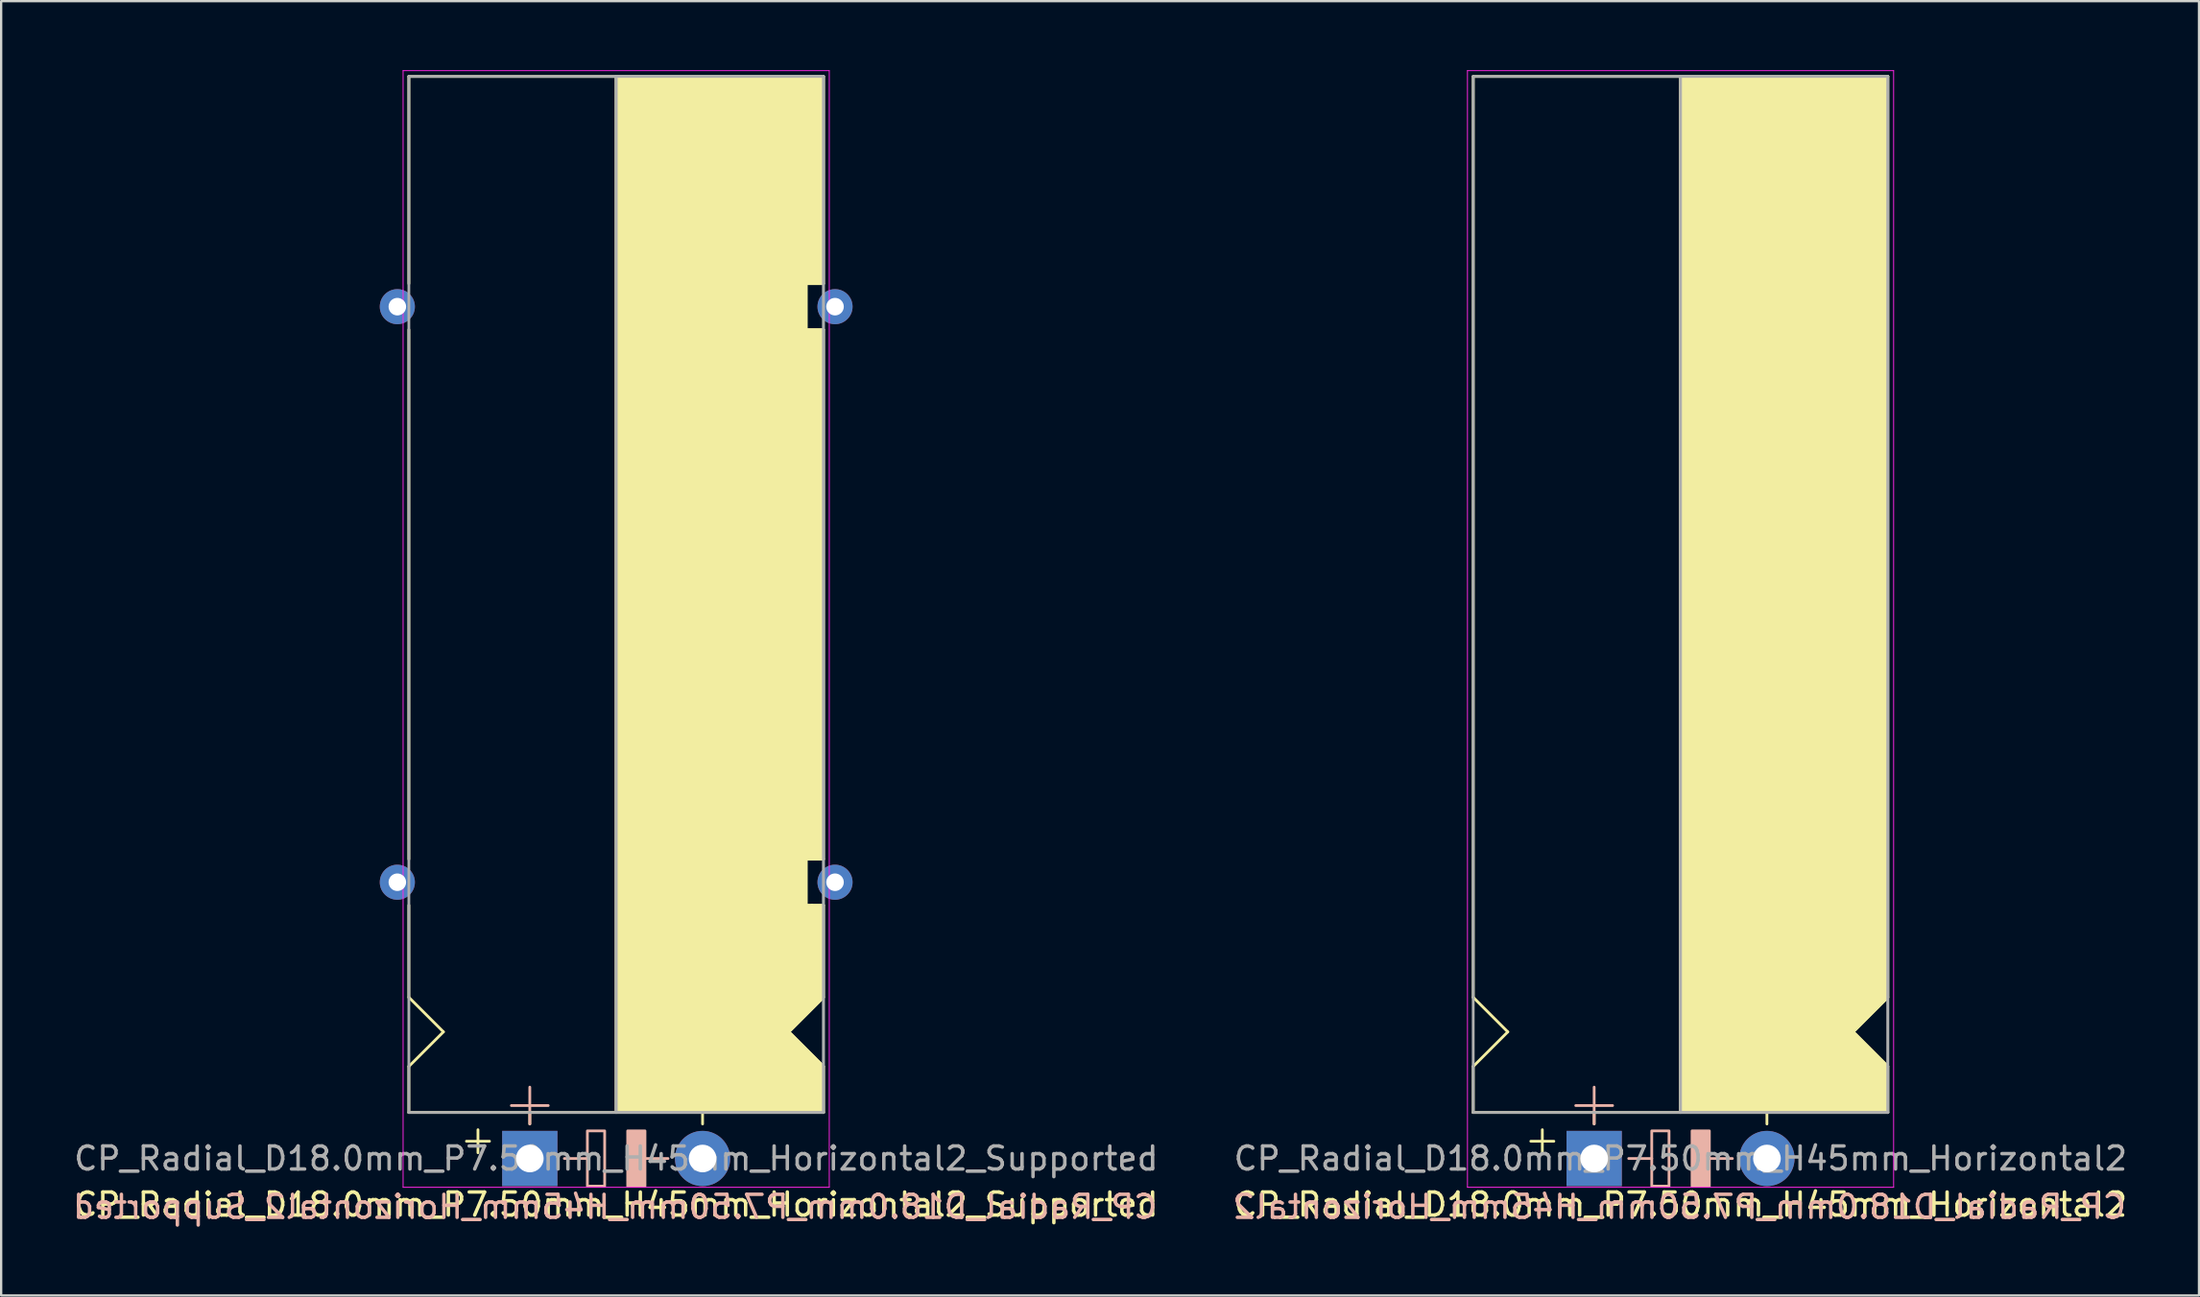
<source format=kicad_pcb>
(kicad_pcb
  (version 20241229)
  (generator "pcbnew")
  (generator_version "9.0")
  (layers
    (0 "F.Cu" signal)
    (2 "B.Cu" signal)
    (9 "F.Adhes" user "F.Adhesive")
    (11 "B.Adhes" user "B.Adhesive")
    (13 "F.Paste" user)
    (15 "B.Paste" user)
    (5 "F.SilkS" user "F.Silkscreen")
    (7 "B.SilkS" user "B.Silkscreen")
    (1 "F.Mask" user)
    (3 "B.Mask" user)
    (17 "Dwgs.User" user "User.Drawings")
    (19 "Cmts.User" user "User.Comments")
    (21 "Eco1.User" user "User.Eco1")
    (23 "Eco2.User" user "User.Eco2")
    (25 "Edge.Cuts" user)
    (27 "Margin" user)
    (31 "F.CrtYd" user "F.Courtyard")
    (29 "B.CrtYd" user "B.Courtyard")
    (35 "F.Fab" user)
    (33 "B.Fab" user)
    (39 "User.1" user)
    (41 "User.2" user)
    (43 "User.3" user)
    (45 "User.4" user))
  (footprint "CP_Radial_D18.0mm_P7.50mm_H45mm_Horizontal2_Supported"
    (layer "F.Cu")
    (at 19.949 47.27)
    (property "Reference" "CP_Radial_D18.0mm_P7.50mm_H45mm_Horizontal2_Supported" (at 3.75 2 0) (layer "F.SilkS") (effects (font (size 1 1) (thickness 0.15))))
    (fp_line (start -5.25 -47) (end 12.75 -47) (stroke (width 0.12) (type solid)) (layer "F.SilkS"))
    (fp_line (start -5.25 -38) (end -5.25 -47) (stroke (width 0.12) (type solid)) (layer "F.SilkS"))
    (fp_line (start -5.25 -13) (end -5.25 -36) (stroke (width 0.12) (type solid)) (layer "F.SilkS"))
    (fp_line (start -5.25 -11) (end -5.25 -7) (stroke (width 0.12) (type solid)) (layer "F.SilkS"))
    (fp_line (start -5.25 -7) (end -3.75 -5.5) (stroke (width 0.12) (type solid)) (layer "F.SilkS"))
    (fp_line (start -5.25 -4) (end -3.75 -5.5) (stroke (width 0.12) (type solid)) (layer "F.SilkS"))
    (fp_line (start -5.25 -2) (end -5.25 -4) (stroke (width 0.12) (type solid)) (layer "F.SilkS"))
    (fp_line (start -5.25 -2) (end 12.75 -2) (stroke (width 0.12) (type solid)) (layer "F.SilkS"))
    (fp_line (start -2.25 -1.25) (end -2.25 -0.25) (stroke (width 0.12) (type solid)) (layer "F.SilkS"))
    (fp_line (start -1.75 -0.75) (end -2.75 -0.75) (stroke (width 0.12) (type solid)) (layer "F.SilkS"))
    (fp_line (start 0 -1.5) (end 0 -2) (stroke (width 0.12) (type solid)) (layer "F.SilkS"))
    (fp_line (start 3.75 -2) (end 3.75 -47) (stroke (width 0.12) (type solid)) (layer "F.SilkS"))
    (fp_line (start 7.5 -1.5) (end 7.5 -2) (stroke (width 0.12) (type solid)) (layer "F.SilkS"))
    (fp_line (start 12 -38) (end 12.75 -38) (stroke (width 0.12) (type solid)) (layer "F.SilkS"))
    (fp_line (start 12 -36) (end 12 -38) (stroke (width 0.12) (type solid)) (layer "F.SilkS"))
    (fp_line (start 12 -13) (end 12.75 -13) (stroke (width 0.12) (type solid)) (layer "F.SilkS"))
    (fp_line (start 12 -11) (end 12 -13) (stroke (width 0.12) (type solid)) (layer "F.SilkS"))
    (fp_line (start 12.25 -11) (end 12 -11) (stroke (width 0.12) (type solid)) (layer "F.SilkS"))
    (fp_line (start 12.75 -38) (end 12.75 -47) (stroke (width 0.12) (type solid)) (layer "F.SilkS"))
    (fp_line (start 12.75 -36) (end 12 -36) (stroke (width 0.12) (type solid)) (layer "F.SilkS"))
    (fp_line (start 12.75 -13) (end 12.75 -36) (stroke (width 0.12) (type solid)) (layer "F.SilkS"))
    (fp_line (start 12.75 -11) (end 12.25 -11) (stroke (width 0.12) (type solid)) (layer "F.SilkS"))
    (fp_line (start 12.75 -11) (end 12.75 -7) (stroke (width 0.12) (type solid)) (layer "F.SilkS"))
    (fp_line (start 12.75 -7) (end 11.25 -5.5) (stroke (width 0.12) (type solid)) (layer "F.SilkS"))
    (fp_line (start 12.75 -4) (end 11.25 -5.5) (stroke (width 0.12) (type solid)) (layer "F.SilkS"))
    (fp_line (start 12.75 -2) (end 12.75 -4) (stroke (width 0.12) (type solid)) (layer "F.SilkS"))
    (fp_poly (pts (xy 12.75 -4) (xy 11.25 -5.5) (xy 12.75 -7) (xy 12.75 -11) (xy 12 -11) (xy 12 -13) (xy 12.75 -13) (xy 12.75 -36) (xy 12 -36) (xy 12 -38) (xy 12.75 -38) (xy 12.75 -47) (xy 3.75 -47) (xy 3.75 -2) (xy 12.75 -2)) (stroke (width 0.1) (type solid)) (fill yes) (layer "F.SilkS"))
    (fp_line (start 0 -3.1) (end 0 -1.5) (stroke (width 0.12) (type solid)) (layer "B.SilkS"))
    (fp_line (start 0.8 -2.3) (end -0.8 -2.3) (stroke (width 0.12) (type solid)) (layer "B.SilkS"))
    (fp_line (start 2.5 0) (end 1.5 0) (stroke (width 0.12) (type solid)) (layer "B.SilkS"))
    (fp_line (start 6 0) (end 5 0) (stroke (width 0.12) (type solid)) (layer "B.SilkS"))
    (fp_rect (start 2.5 -1.2) (end 3.25 1.2) (stroke (width 0.12) (type solid)) (fill no) (layer "B.SilkS"))
    (fp_rect (start 4.25 -1.2) (end 5 1.2) (stroke (width 0.12) (type solid)) (fill yes) (layer "B.SilkS"))
    (fp_line (start -5.5 -47.25) (end 13 -47.25) (stroke (width 0.04) (type solid)) (layer "F.CrtYd"))
    (fp_line (start -5.5 1.25) (end -5.5 -47.25) (stroke (width 0.04) (type solid)) (layer "F.CrtYd"))
    (fp_line (start 13 -47.25) (end 13 1.25) (stroke (width 0.04) (type solid)) (layer "F.CrtYd"))
    (fp_line (start 13 1.25) (end -5.5 1.25) (stroke (width 0.04) (type solid)) (layer "F.CrtYd"))
    (fp_line (start -5.25 -47) (end 12.75 -47) (stroke (width 0.12) (type solid)) (layer "F.Fab"))
    (fp_line (start -5.25 -2) (end -5.25 -47) (stroke (width 0.12) (type solid)) (layer "F.Fab"))
    (fp_line (start 3.75 -2) (end 3.75 -47) (stroke (width 0.12) (type solid)) (layer "F.Fab"))
    (fp_line (start 12.75 -47) (end 12.75 -2) (stroke (width 0.12) (type solid)) (layer "F.Fab"))
    (fp_line (start 12.75 -2) (end -5.25 -2) (stroke (width 0.12) (type solid)) (layer "F.Fab"))
    (fp_poly (pts (xy 12.75 -47) (xy 3.75 -47) (xy 3.75 -2) (xy 12.75 -2)) (stroke (width 0.1) (type solid)) (fill no) (layer "F.Fab"))
    (fp_text user "${REFERENCE}" (at 3.7 2.1 0) (layer "B.SilkS") (effects (font (size 1 1) (thickness 0.15)) (justify mirror)))
    (fp_text user "${REFERENCE}" (at 3.75 0 0) (layer "F.Fab") (effects (font (size 1 1) (thickness 0.15))))
    (pad "1" thru_hole rect (at 0 0) (size 2.4 2.4) (drill 1.2) (layers "*.Cu" "*.Mask"))
    (pad "2" thru_hole circle (at 7.5 0) (size 2.4 2.4) (drill 1.2) (layers "*.Cu" "*.Mask"))
    (pad "~" thru_hole circle (at -5.75 -37 180) (size 1.524 1.524) (drill 0.762) (layers "*.Cu" "*.Mask"))
    (pad "~" thru_hole circle (at -5.75 -12 180) (size 1.524 1.524) (drill 0.762) (layers "*.Cu" "*.Mask"))
    (pad "~" thru_hole circle (at 13.25 -37 180) (size 1.524 1.524) (drill 0.762) (layers "*.Cu" "*.Mask"))
    (pad "~" thru_hole circle (at 13.25 -12 180) (size 1.524 1.524) (drill 0.762) (layers "*.Cu" "*.Mask")))
  (footprint "CP_Radial_D18.0mm_P7.50mm_H45mm_Horizontal2"
    (layer "F.Cu")
    (at 66.154 47.27)
    (property "Reference" "CP_Radial_D18.0mm_P7.50mm_H45mm_Horizontal2" (at 3.75 2 0) (layer "F.SilkS") (effects (font (size 1 1) (thickness 0.15))))
    (fp_line (start -5.25 -47) (end 12.75 -47) (stroke (width 0.12) (type solid)) (layer "F.SilkS"))
    (fp_line (start -5.25 -7) (end -5.25 -47) (stroke (width 0.12) (type solid)) (layer "F.SilkS"))
    (fp_line (start -5.25 -7) (end -3.75 -5.5) (stroke (width 0.12) (type solid)) (layer "F.SilkS"))
    (fp_line (start -5.25 -4) (end -3.75 -5.5) (stroke (width 0.12) (type solid)) (layer "F.SilkS"))
    (fp_line (start -5.25 -2) (end -5.25 -4) (stroke (width 0.12) (type solid)) (layer "F.SilkS"))
    (fp_line (start -5.25 -2) (end 12.75 -2) (stroke (width 0.12) (type solid)) (layer "F.SilkS"))
    (fp_line (start -2.25 -1.25) (end -2.25 -0.25) (stroke (width 0.12) (type solid)) (layer "F.SilkS"))
    (fp_line (start -1.75 -0.75) (end -2.75 -0.75) (stroke (width 0.12) (type solid)) (layer "F.SilkS"))
    (fp_line (start 0 -1.5) (end 0 -2) (stroke (width 0.12) (type solid)) (layer "F.SilkS"))
    (fp_line (start 3.75 -2) (end 3.75 -47) (stroke (width 0.12) (type solid)) (layer "F.SilkS"))
    (fp_line (start 7.5 -1.5) (end 7.5 -2) (stroke (width 0.12) (type solid)) (layer "F.SilkS"))
    (fp_line (start 12.75 -47) (end 12.75 -7) (stroke (width 0.12) (type solid)) (layer "F.SilkS"))
    (fp_line (start 12.75 -7) (end 11.25 -5.5) (stroke (width 0.12) (type solid)) (layer "F.SilkS"))
    (fp_line (start 12.75 -4) (end 11.25 -5.5) (stroke (width 0.12) (type solid)) (layer "F.SilkS"))
    (fp_line (start 12.75 -2) (end 12.75 -4) (stroke (width 0.12) (type solid)) (layer "F.SilkS"))
    (fp_poly (pts (xy 12.75 -4) (xy 11.25 -5.5) (xy 12.75 -7) (xy 12.75 -47) (xy 3.75 -47) (xy 3.75 -2) (xy 12.75 -2)) (stroke (width 0.1) (type solid)) (fill yes) (layer "F.SilkS"))
    (fp_line (start 0 -3.1) (end 0 -1.5) (stroke (width 0.12) (type solid)) (layer "B.SilkS"))
    (fp_line (start 0.8 -2.3) (end -0.8 -2.3) (stroke (width 0.12) (type solid)) (layer "B.SilkS"))
    (fp_line (start 2.5 0) (end 1.5 0) (stroke (width 0.12) (type solid)) (layer "B.SilkS"))
    (fp_line (start 6 0) (end 5 0) (stroke (width 0.12) (type solid)) (layer "B.SilkS"))
    (fp_rect (start 2.5 -1.2) (end 3.25 1.2) (stroke (width 0.12) (type solid)) (fill no) (layer "B.SilkS"))
    (fp_rect (start 4.25 -1.2) (end 5 1.2) (stroke (width 0.12) (type solid)) (fill yes) (layer "B.SilkS"))
    (fp_line (start -5.5 -47.25) (end 13 -47.25) (stroke (width 0.04) (type solid)) (layer "F.CrtYd"))
    (fp_line (start -5.5 1.25) (end -5.5 -47.25) (stroke (width 0.04) (type solid)) (layer "F.CrtYd"))
    (fp_line (start 13 -47.25) (end 13 1.25) (stroke (width 0.04) (type solid)) (layer "F.CrtYd"))
    (fp_line (start 13 1.25) (end -5.5 1.25) (stroke (width 0.04) (type solid)) (layer "F.CrtYd"))
    (fp_line (start -5.25 -47) (end 12.75 -47) (stroke (width 0.12) (type solid)) (layer "F.Fab"))
    (fp_line (start -5.25 -2) (end -5.25 -47) (stroke (width 0.12) (type solid)) (layer "F.Fab"))
    (fp_line (start 3.75 -2) (end 3.75 -47) (stroke (width 0.12) (type solid)) (layer "F.Fab"))
    (fp_line (start 12.75 -47) (end 12.75 -2) (stroke (width 0.12) (type solid)) (layer "F.Fab"))
    (fp_line (start 12.75 -2) (end -5.25 -2) (stroke (width 0.12) (type solid)) (layer "F.Fab"))
    (fp_poly (pts (xy 12.75 -47) (xy 3.75 -47) (xy 3.75 -2) (xy 12.75 -2)) (stroke (width 0.1) (type solid)) (fill no) (layer "F.Fab"))
    (fp_text user "${REFERENCE}" (at 3.7 2.1 0) (layer "B.SilkS") (effects (font (size 1 1) (thickness 0.15)) (justify mirror)))
    (fp_text user "${REFERENCE}" (at 3.75 0 0) (layer "F.Fab") (effects (font (size 1 1) (thickness 0.15))))
    (pad "1" thru_hole rect (at 0 0) (size 2.4 2.4) (drill 1.2) (layers "*.Cu" "*.Mask"))
    (pad "2" thru_hole circle (at 7.5 0) (size 2.4 2.4) (drill 1.2) (layers "*.Cu" "*.Mask")))
  (gr_rect
    (start -3 -3)
    (end 92.41 53.218)
    (stroke (width 0.1) (type default))
    (fill no)
    (layer "Edge.Cuts")))
</source>
